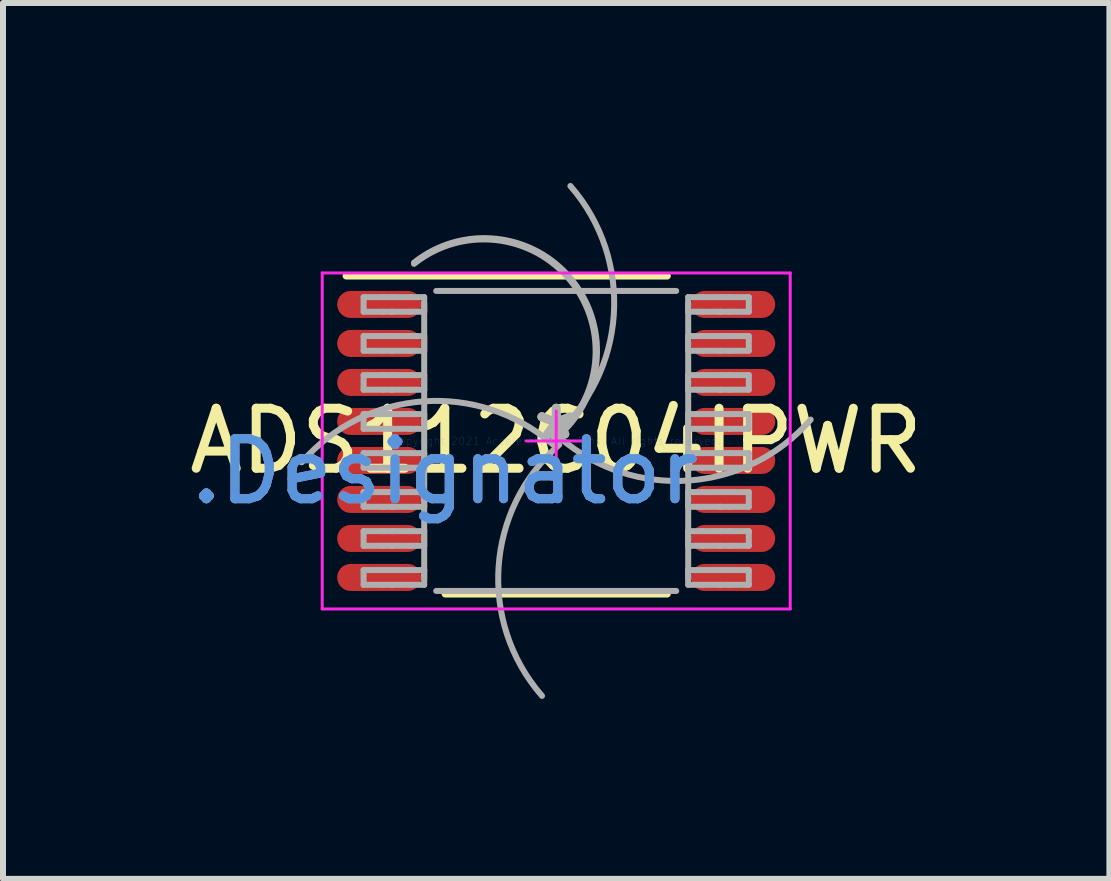
<source format=kicad_pcb>
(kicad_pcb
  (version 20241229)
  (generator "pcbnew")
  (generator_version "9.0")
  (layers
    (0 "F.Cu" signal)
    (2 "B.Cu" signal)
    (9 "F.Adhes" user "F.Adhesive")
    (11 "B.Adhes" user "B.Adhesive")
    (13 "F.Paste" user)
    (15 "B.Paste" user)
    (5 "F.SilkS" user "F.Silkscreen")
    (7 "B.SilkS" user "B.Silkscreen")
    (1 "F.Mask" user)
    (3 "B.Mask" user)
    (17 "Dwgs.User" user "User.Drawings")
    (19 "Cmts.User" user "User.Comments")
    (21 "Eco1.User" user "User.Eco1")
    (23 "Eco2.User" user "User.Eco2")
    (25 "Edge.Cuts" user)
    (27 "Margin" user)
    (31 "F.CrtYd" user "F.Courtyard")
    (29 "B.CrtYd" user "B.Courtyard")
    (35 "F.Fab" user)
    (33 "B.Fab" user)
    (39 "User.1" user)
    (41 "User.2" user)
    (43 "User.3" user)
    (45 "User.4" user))
  (footprint "ADS112C04IPWR"
    (layer "F.Cu")
    (at 6.22 4.299)
    (property "Reference" "ADS112C04IPWR" (at 0 0 0) (layer "F.SilkS") (effects (font (size 1 1) (thickness 0.15))))
    (attr through_hole)
    (fp_line (start -3.5 -2.75) (end 1.85 -2.75) (stroke (width 0.12) (type solid)) (layer "F.SilkS"))
    (fp_line (start -1.85 2.55) (end 1.85 2.55) (stroke (width 0.12) (type solid)) (layer "F.SilkS"))
    (fp_line (start -3.9 -2.8) (end 3.9 -2.8) (stroke (width 0.05) (type solid)) (layer "F.CrtYd"))
    (fp_line (start -3.9 2.8) (end -3.9 -2.8) (stroke (width 0.05) (type solid)) (layer "F.CrtYd"))
    (fp_line (start -3.9 2.8) (end 3.9 2.8) (stroke (width 0.05) (type solid)) (layer "F.CrtYd"))
    (fp_line (start -0.5 0) (end 0.5 0) (stroke (width 0.05) (type solid)) (layer "F.CrtYd"))
    (fp_line (start 0 0.5) (end 0 -0.5) (stroke (width 0.05) (type solid)) (layer "F.CrtYd"))
    (fp_line (start 3.9 2.8) (end 3.9 -2.8) (stroke (width 0.05) (type solid)) (layer "F.CrtYd"))
    (fp_line (start -3.21 -2.397) (end -2.887 -2.397) (stroke (width 0.1) (type solid)) (layer "F.Fab"))
    (fp_line (start -3.21 -2.153) (end -3.21 -2.397) (stroke (width 0.1) (type solid)) (layer "F.Fab"))
    (fp_line (start -3.21 -2.153) (end -2.887 -2.153) (stroke (width 0.1) (type solid)) (layer "F.Fab"))
    (fp_line (start -3.21 -1.748) (end -2.887 -1.748) (stroke (width 0.1) (type solid)) (layer "F.Fab"))
    (fp_line (start -3.21 -1.502) (end -3.21 -1.748) (stroke (width 0.1) (type solid)) (layer "F.Fab"))
    (fp_line (start -3.21 -1.502) (end -2.887 -1.502) (stroke (width 0.1) (type solid)) (layer "F.Fab"))
    (fp_line (start -3.21 -1.097) (end -2.887 -1.097) (stroke (width 0.1) (type solid)) (layer "F.Fab"))
    (fp_line (start -3.21 -0.853) (end -3.21 -1.097) (stroke (width 0.1) (type solid)) (layer "F.Fab"))
    (fp_line (start -3.21 -0.853) (end -2.887 -0.853) (stroke (width 0.1) (type solid)) (layer "F.Fab"))
    (fp_line (start -3.21 -0.448) (end -2.887 -0.448) (stroke (width 0.1) (type solid)) (layer "F.Fab"))
    (fp_line (start -3.21 -0.202) (end -3.21 -0.448) (stroke (width 0.1) (type solid)) (layer "F.Fab"))
    (fp_line (start -3.21 -0.202) (end -2.887 -0.202) (stroke (width 0.1) (type solid)) (layer "F.Fab"))
    (fp_line (start -3.21 0.203) (end -2.887 0.203) (stroke (width 0.1) (type solid)) (layer "F.Fab"))
    (fp_line (start -3.21 0.447) (end -3.21 0.203) (stroke (width 0.1) (type solid)) (layer "F.Fab"))
    (fp_line (start -3.21 0.447) (end -2.887 0.447) (stroke (width 0.1) (type solid)) (layer "F.Fab"))
    (fp_line (start -3.21 0.852) (end -2.887 0.852) (stroke (width 0.1) (type solid)) (layer "F.Fab"))
    (fp_line (start -3.21 1.098) (end -3.21 0.852) (stroke (width 0.1) (type solid)) (layer "F.Fab"))
    (fp_line (start -3.21 1.098) (end -2.887 1.098) (stroke (width 0.1) (type solid)) (layer "F.Fab"))
    (fp_line (start -3.21 1.503) (end -2.887 1.503) (stroke (width 0.1) (type solid)) (layer "F.Fab"))
    (fp_line (start -3.21 1.748) (end -3.21 1.503) (stroke (width 0.1) (type solid)) (layer "F.Fab"))
    (fp_line (start -3.21 1.748) (end -2.887 1.748) (stroke (width 0.1) (type solid)) (layer "F.Fab"))
    (fp_line (start -3.21 2.152) (end -2.887 2.152) (stroke (width 0.1) (type solid)) (layer "F.Fab"))
    (fp_line (start -3.21 2.398) (end -3.21 2.152) (stroke (width 0.1) (type solid)) (layer "F.Fab"))
    (fp_line (start -3.21 2.398) (end -2.887 2.398) (stroke (width 0.1) (type solid)) (layer "F.Fab"))
    (fp_line (start -2.887 -2.397) (end -2.739 -2.397) (stroke (width 0.1) (type solid)) (layer "F.Fab"))
    (fp_line (start -2.887 -2.153) (end -2.739 -2.153) (stroke (width 0.1) (type solid)) (layer "F.Fab"))
    (fp_line (start -2.887 -1.748) (end -2.739 -1.748) (stroke (width 0.1) (type solid)) (layer "F.Fab"))
    (fp_line (start -2.887 -1.502) (end -2.739 -1.502) (stroke (width 0.1) (type solid)) (layer "F.Fab"))
    (fp_line (start -2.887 -1.097) (end -2.739 -1.097) (stroke (width 0.1) (type solid)) (layer "F.Fab"))
    (fp_line (start -2.887 -0.853) (end -2.739 -0.853) (stroke (width 0.1) (type solid)) (layer "F.Fab"))
    (fp_line (start -2.887 -0.448) (end -2.739 -0.448) (stroke (width 0.1) (type solid)) (layer "F.Fab"))
    (fp_line (start -2.887 -0.202) (end -2.739 -0.202) (stroke (width 0.1) (type solid)) (layer "F.Fab"))
    (fp_line (start -2.887 0.203) (end -2.739 0.203) (stroke (width 0.1) (type solid)) (layer "F.Fab"))
    (fp_line (start -2.887 0.447) (end -2.739 0.447) (stroke (width 0.1) (type solid)) (layer "F.Fab"))
    (fp_line (start -2.887 0.852) (end -2.739 0.852) (stroke (width 0.1) (type solid)) (layer "F.Fab"))
    (fp_line (start -2.887 1.098) (end -2.739 1.098) (stroke (width 0.1) (type solid)) (layer "F.Fab"))
    (fp_line (start -2.887 1.503) (end -2.739 1.503) (stroke (width 0.1) (type solid)) (layer "F.Fab"))
    (fp_line (start -2.887 1.748) (end -2.739 1.748) (stroke (width 0.1) (type solid)) (layer "F.Fab"))
    (fp_line (start -2.887 2.152) (end -2.739 2.152) (stroke (width 0.1) (type solid)) (layer "F.Fab"))
    (fp_line (start -2.887 2.398) (end -2.739 2.398) (stroke (width 0.1) (type solid)) (layer "F.Fab"))
    (fp_line (start -2.739 -2.397) (end -2.733 -2.397) (stroke (width 0.1) (type solid)) (layer "F.Fab"))
    (fp_line (start -2.739 -2.153) (end -2.733 -2.153) (stroke (width 0.1) (type solid)) (layer "F.Fab"))
    (fp_line (start -2.739 -1.748) (end -2.733 -1.748) (stroke (width 0.1) (type solid)) (layer "F.Fab"))
    (fp_line (start -2.739 -1.502) (end -2.733 -1.502) (stroke (width 0.1) (type solid)) (layer "F.Fab"))
    (fp_line (start -2.739 -1.097) (end -2.733 -1.097) (stroke (width 0.1) (type solid)) (layer "F.Fab"))
    (fp_line (start -2.739 -0.853) (end -2.733 -0.853) (stroke (width 0.1) (type solid)) (layer "F.Fab"))
    (fp_line (start -2.739 -0.448) (end -2.733 -0.448) (stroke (width 0.1) (type solid)) (layer "F.Fab"))
    (fp_line (start -2.739 -0.202) (end -2.733 -0.202) (stroke (width 0.1) (type solid)) (layer "F.Fab"))
    (fp_line (start -2.739 0.203) (end -2.733 0.203) (stroke (width 0.1) (type solid)) (layer "F.Fab"))
    (fp_line (start -2.739 0.447) (end -2.733 0.447) (stroke (width 0.1) (type solid)) (layer "F.Fab"))
    (fp_line (start -2.739 0.852) (end -2.733 0.852) (stroke (width 0.1) (type solid)) (layer "F.Fab"))
    (fp_line (start -2.739 1.098) (end -2.733 1.098) (stroke (width 0.1) (type solid)) (layer "F.Fab"))
    (fp_line (start -2.739 1.503) (end -2.733 1.503) (stroke (width 0.1) (type solid)) (layer "F.Fab"))
    (fp_line (start -2.739 1.748) (end -2.733 1.748) (stroke (width 0.1) (type solid)) (layer "F.Fab"))
    (fp_line (start -2.739 2.152) (end -2.733 2.152) (stroke (width 0.1) (type solid)) (layer "F.Fab"))
    (fp_line (start -2.739 2.398) (end -2.733 2.398) (stroke (width 0.1) (type solid)) (layer "F.Fab"))
    (fp_line (start -2.733 -2.397) (end -2.431 -2.397) (stroke (width 0.1) (type solid)) (layer "F.Fab"))
    (fp_line (start -2.733 -2.153) (end -2.431 -2.153) (stroke (width 0.1) (type solid)) (layer "F.Fab"))
    (fp_line (start -2.733 -1.748) (end -2.431 -1.748) (stroke (width 0.1) (type solid)) (layer "F.Fab"))
    (fp_line (start -2.733 -1.502) (end -2.431 -1.502) (stroke (width 0.1) (type solid)) (layer "F.Fab"))
    (fp_line (start -2.733 -1.097) (end -2.431 -1.097) (stroke (width 0.1) (type solid)) (layer "F.Fab"))
    (fp_line (start -2.733 -0.853) (end -2.431 -0.853) (stroke (width 0.1) (type solid)) (layer "F.Fab"))
    (fp_line (start -2.733 -0.448) (end -2.431 -0.448) (stroke (width 0.1) (type solid)) (layer "F.Fab"))
    (fp_line (start -2.733 -0.202) (end -2.431 -0.202) (stroke (width 0.1) (type solid)) (layer "F.Fab"))
    (fp_line (start -2.733 0.203) (end -2.431 0.203) (stroke (width 0.1) (type solid)) (layer "F.Fab"))
    (fp_line (start -2.733 0.447) (end -2.431 0.447) (stroke (width 0.1) (type solid)) (layer "F.Fab"))
    (fp_line (start -2.733 0.852) (end -2.431 0.852) (stroke (width 0.1) (type solid)) (layer "F.Fab"))
    (fp_line (start -2.733 1.098) (end -2.431 1.098) (stroke (width 0.1) (type solid)) (layer "F.Fab"))
    (fp_line (start -2.733 1.503) (end -2.431 1.503) (stroke (width 0.1) (type solid)) (layer "F.Fab"))
    (fp_line (start -2.733 1.748) (end -2.431 1.748) (stroke (width 0.1) (type solid)) (layer "F.Fab"))
    (fp_line (start -2.733 2.152) (end -2.431 2.152) (stroke (width 0.1) (type solid)) (layer "F.Fab"))
    (fp_line (start -2.733 2.398) (end -2.431 2.398) (stroke (width 0.1) (type solid)) (layer "F.Fab"))
    (fp_line (start -2.431 -2.397) (end -2.2 -2.397) (stroke (width 0.1) (type solid)) (layer "F.Fab"))
    (fp_line (start -2.431 -2.153) (end -2.2 -2.153) (stroke (width 0.1) (type solid)) (layer "F.Fab"))
    (fp_line (start -2.431 -1.748) (end -2.2 -1.748) (stroke (width 0.1) (type solid)) (layer "F.Fab"))
    (fp_line (start -2.431 -1.502) (end -2.2 -1.502) (stroke (width 0.1) (type solid)) (layer "F.Fab"))
    (fp_line (start -2.431 -1.097) (end -2.2 -1.097) (stroke (width 0.1) (type solid)) (layer "F.Fab"))
    (fp_line (start -2.431 -0.853) (end -2.2 -0.853) (stroke (width 0.1) (type solid)) (layer "F.Fab"))
    (fp_line (start -2.431 -0.448) (end -2.2 -0.448) (stroke (width 0.1) (type solid)) (layer "F.Fab"))
    (fp_line (start -2.431 -0.202) (end -2.2 -0.202) (stroke (width 0.1) (type solid)) (layer "F.Fab"))
    (fp_line (start -2.431 0.203) (end -2.2 0.203) (stroke (width 0.1) (type solid)) (layer "F.Fab"))
    (fp_line (start -2.431 0.447) (end -2.2 0.447) (stroke (width 0.1) (type solid)) (layer "F.Fab"))
    (fp_line (start -2.431 0.852) (end -2.2 0.852) (stroke (width 0.1) (type solid)) (layer "F.Fab"))
    (fp_line (start -2.431 1.098) (end -2.2 1.098) (stroke (width 0.1) (type solid)) (layer "F.Fab"))
    (fp_line (start -2.431 1.503) (end -2.2 1.503) (stroke (width 0.1) (type solid)) (layer "F.Fab"))
    (fp_line (start -2.431 1.748) (end -2.2 1.748) (stroke (width 0.1) (type solid)) (layer "F.Fab"))
    (fp_line (start -2.431 2.152) (end -2.2 2.152) (stroke (width 0.1) (type solid)) (layer "F.Fab"))
    (fp_line (start -2.431 2.398) (end -2.2 2.398) (stroke (width 0.1) (type solid)) (layer "F.Fab"))
    (fp_line (start -2.2 -2.153) (end -2.2 -2.397) (stroke (width 0.1) (type solid)) (layer "F.Fab"))
    (fp_line (start -2.2 -1.502) (end -2.2 -1.748) (stroke (width 0.1) (type solid)) (layer "F.Fab"))
    (fp_line (start -2.2 -0.853) (end -2.2 -1.097) (stroke (width 0.1) (type solid)) (layer "F.Fab"))
    (fp_line (start -2.2 -0.202) (end -2.2 -0.448) (stroke (width 0.1) (type solid)) (layer "F.Fab"))
    (fp_line (start -2.2 0.447) (end -2.2 0.203) (stroke (width 0.1) (type solid)) (layer "F.Fab"))
    (fp_line (start -2.2 1.098) (end -2.2 0.852) (stroke (width 0.1) (type solid)) (layer "F.Fab"))
    (fp_line (start -2.2 1.748) (end -2.2 1.503) (stroke (width 0.1) (type solid)) (layer "F.Fab"))
    (fp_line (start -2.2 2.3) (end -2.2 -2.3) (stroke (width 0.1) (type solid)) (layer "F.Fab"))
    (fp_line (start -2.2 2.398) (end -2.2 2.152) (stroke (width 0.1) (type solid)) (layer "F.Fab"))
    (fp_line (start -2 -2.5) (end 2 -2.5) (stroke (width 0.1) (type solid)) (layer "F.Fab"))
    (fp_line (start -2 2.5) (end 2 2.5) (stroke (width 0.1) (type solid)) (layer "F.Fab"))
    (fp_line (start 2.2 -2.397) (end 2.43 -2.397) (stroke (width 0.1) (type solid)) (layer "F.Fab"))
    (fp_line (start 2.2 -2.153) (end 2.2 -2.397) (stroke (width 0.1) (type solid)) (layer "F.Fab"))
    (fp_line (start 2.2 -2.153) (end 2.43 -2.153) (stroke (width 0.1) (type solid)) (layer "F.Fab"))
    (fp_line (start 2.2 -1.748) (end 2.43 -1.748) (stroke (width 0.1) (type solid)) (layer "F.Fab"))
    (fp_line (start 2.2 -1.502) (end 2.2 -1.748) (stroke (width 0.1) (type solid)) (layer "F.Fab"))
    (fp_line (start 2.2 -1.502) (end 2.43 -1.502) (stroke (width 0.1) (type solid)) (layer "F.Fab"))
    (fp_line (start 2.2 -1.097) (end 2.43 -1.097) (stroke (width 0.1) (type solid)) (layer "F.Fab"))
    (fp_line (start 2.2 -0.853) (end 2.2 -1.097) (stroke (width 0.1) (type solid)) (layer "F.Fab"))
    (fp_line (start 2.2 -0.853) (end 2.43 -0.853) (stroke (width 0.1) (type solid)) (layer "F.Fab"))
    (fp_line (start 2.2 -0.448) (end 2.43 -0.448) (stroke (width 0.1) (type solid)) (layer "F.Fab"))
    (fp_line (start 2.2 -0.202) (end 2.2 -0.448) (stroke (width 0.1) (type solid)) (layer "F.Fab"))
    (fp_line (start 2.2 -0.202) (end 2.43 -0.202) (stroke (width 0.1) (type solid)) (layer "F.Fab"))
    (fp_line (start 2.2 0.203) (end 2.43 0.203) (stroke (width 0.1) (type solid)) (layer "F.Fab"))
    (fp_line (start 2.2 0.447) (end 2.2 0.203) (stroke (width 0.1) (type solid)) (layer "F.Fab"))
    (fp_line (start 2.2 0.447) (end 2.43 0.447) (stroke (width 0.1) (type solid)) (layer "F.Fab"))
    (fp_line (start 2.2 0.852) (end 2.43 0.852) (stroke (width 0.1) (type solid)) (layer "F.Fab"))
    (fp_line (start 2.2 1.098) (end 2.2 0.852) (stroke (width 0.1) (type solid)) (layer "F.Fab"))
    (fp_line (start 2.2 1.098) (end 2.43 1.098) (stroke (width 0.1) (type solid)) (layer "F.Fab"))
    (fp_line (start 2.2 1.503) (end 2.43 1.503) (stroke (width 0.1) (type solid)) (layer "F.Fab"))
    (fp_line (start 2.2 1.748) (end 2.2 1.503) (stroke (width 0.1) (type solid)) (layer "F.Fab"))
    (fp_line (start 2.2 1.748) (end 2.43 1.748) (stroke (width 0.1) (type solid)) (layer "F.Fab"))
    (fp_line (start 2.2 2.152) (end 2.43 2.152) (stroke (width 0.1) (type solid)) (layer "F.Fab"))
    (fp_line (start 2.2 2.3) (end 2.2 -2.3) (stroke (width 0.1) (type solid)) (layer "F.Fab"))
    (fp_line (start 2.2 2.398) (end 2.2 2.152) (stroke (width 0.1) (type solid)) (layer "F.Fab"))
    (fp_line (start 2.2 2.398) (end 2.43 2.398) (stroke (width 0.1) (type solid)) (layer "F.Fab"))
    (fp_line (start 2.43 -2.397) (end 2.733 -2.397) (stroke (width 0.1) (type solid)) (layer "F.Fab"))
    (fp_line (start 2.43 -2.153) (end 2.733 -2.153) (stroke (width 0.1) (type solid)) (layer "F.Fab"))
    (fp_line (start 2.43 -1.748) (end 2.733 -1.748) (stroke (width 0.1) (type solid)) (layer "F.Fab"))
    (fp_line (start 2.43 -1.502) (end 2.733 -1.502) (stroke (width 0.1) (type solid)) (layer "F.Fab"))
    (fp_line (start 2.43 -1.097) (end 2.733 -1.097) (stroke (width 0.1) (type solid)) (layer "F.Fab"))
    (fp_line (start 2.43 -0.853) (end 2.733 -0.853) (stroke (width 0.1) (type solid)) (layer "F.Fab"))
    (fp_line (start 2.43 -0.448) (end 2.733 -0.448) (stroke (width 0.1) (type solid)) (layer "F.Fab"))
    (fp_line (start 2.43 -0.202) (end 2.733 -0.202) (stroke (width 0.1) (type solid)) (layer "F.Fab"))
    (fp_line (start 2.43 0.203) (end 2.733 0.203) (stroke (width 0.1) (type solid)) (layer "F.Fab"))
    (fp_line (start 2.43 0.447) (end 2.733 0.447) (stroke (width 0.1) (type solid)) (layer "F.Fab"))
    (fp_line (start 2.43 0.852) (end 2.733 0.852) (stroke (width 0.1) (type solid)) (layer "F.Fab"))
    (fp_line (start 2.43 1.098) (end 2.733 1.098) (stroke (width 0.1) (type solid)) (layer "F.Fab"))
    (fp_line (start 2.43 1.503) (end 2.733 1.503) (stroke (width 0.1) (type solid)) (layer "F.Fab"))
    (fp_line (start 2.43 1.748) (end 2.733 1.748) (stroke (width 0.1) (type solid)) (layer "F.Fab"))
    (fp_line (start 2.43 2.152) (end 2.733 2.152) (stroke (width 0.1) (type solid)) (layer "F.Fab"))
    (fp_line (start 2.43 2.398) (end 2.733 2.398) (stroke (width 0.1) (type solid)) (layer "F.Fab"))
    (fp_line (start 2.733 -2.397) (end 2.739 -2.397) (stroke (width 0.1) (type solid)) (layer "F.Fab"))
    (fp_line (start 2.733 -2.153) (end 2.739 -2.153) (stroke (width 0.1) (type solid)) (layer "F.Fab"))
    (fp_line (start 2.733 -1.748) (end 2.739 -1.748) (stroke (width 0.1) (type solid)) (layer "F.Fab"))
    (fp_line (start 2.733 -1.502) (end 2.739 -1.502) (stroke (width 0.1) (type solid)) (layer "F.Fab"))
    (fp_line (start 2.733 -1.097) (end 2.739 -1.097) (stroke (width 0.1) (type solid)) (layer "F.Fab"))
    (fp_line (start 2.733 -0.853) (end 2.739 -0.853) (stroke (width 0.1) (type solid)) (layer "F.Fab"))
    (fp_line (start 2.733 -0.448) (end 2.739 -0.448) (stroke (width 0.1) (type solid)) (layer "F.Fab"))
    (fp_line (start 2.733 -0.202) (end 2.739 -0.202) (stroke (width 0.1) (type solid)) (layer "F.Fab"))
    (fp_line (start 2.733 0.203) (end 2.739 0.203) (stroke (width 0.1) (type solid)) (layer "F.Fab"))
    (fp_line (start 2.733 0.447) (end 2.739 0.447) (stroke (width 0.1) (type solid)) (layer "F.Fab"))
    (fp_line (start 2.733 0.852) (end 2.739 0.852) (stroke (width 0.1) (type solid)) (layer "F.Fab"))
    (fp_line (start 2.733 1.098) (end 2.739 1.098) (stroke (width 0.1) (type solid)) (layer "F.Fab"))
    (fp_line (start 2.733 1.503) (end 2.739 1.503) (stroke (width 0.1) (type solid)) (layer "F.Fab"))
    (fp_line (start 2.733 1.748) (end 2.739 1.748) (stroke (width 0.1) (type solid)) (layer "F.Fab"))
    (fp_line (start 2.733 2.152) (end 2.739 2.152) (stroke (width 0.1) (type solid)) (layer "F.Fab"))
    (fp_line (start 2.733 2.398) (end 2.739 2.398) (stroke (width 0.1) (type solid)) (layer "F.Fab"))
    (fp_line (start 2.739 -2.397) (end 2.887 -2.397) (stroke (width 0.1) (type solid)) (layer "F.Fab"))
    (fp_line (start 2.739 -2.153) (end 2.887 -2.153) (stroke (width 0.1) (type solid)) (layer "F.Fab"))
    (fp_line (start 2.739 -1.748) (end 2.887 -1.748) (stroke (width 0.1) (type solid)) (layer "F.Fab"))
    (fp_line (start 2.739 -1.502) (end 2.887 -1.502) (stroke (width 0.1) (type solid)) (layer "F.Fab"))
    (fp_line (start 2.739 -1.097) (end 2.887 -1.097) (stroke (width 0.1) (type solid)) (layer "F.Fab"))
    (fp_line (start 2.739 -0.853) (end 2.887 -0.853) (stroke (width 0.1) (type solid)) (layer "F.Fab"))
    (fp_line (start 2.739 -0.448) (end 2.887 -0.448) (stroke (width 0.1) (type solid)) (layer "F.Fab"))
    (fp_line (start 2.739 -0.202) (end 2.887 -0.202) (stroke (width 0.1) (type solid)) (layer "F.Fab"))
    (fp_line (start 2.739 0.203) (end 2.887 0.203) (stroke (width 0.1) (type solid)) (layer "F.Fab"))
    (fp_line (start 2.739 0.447) (end 2.887 0.447) (stroke (width 0.1) (type solid)) (layer "F.Fab"))
    (fp_line (start 2.739 0.852) (end 2.887 0.852) (stroke (width 0.1) (type solid)) (layer "F.Fab"))
    (fp_line (start 2.739 1.098) (end 2.887 1.098) (stroke (width 0.1) (type solid)) (layer "F.Fab"))
    (fp_line (start 2.739 1.503) (end 2.887 1.503) (stroke (width 0.1) (type solid)) (layer "F.Fab"))
    (fp_line (start 2.739 1.748) (end 2.887 1.748) (stroke (width 0.1) (type solid)) (layer "F.Fab"))
    (fp_line (start 2.739 2.152) (end 2.887 2.152) (stroke (width 0.1) (type solid)) (layer "F.Fab"))
    (fp_line (start 2.739 2.398) (end 2.887 2.398) (stroke (width 0.1) (type solid)) (layer "F.Fab"))
    (fp_line (start 2.887 -2.397) (end 3.21 -2.397) (stroke (width 0.1) (type solid)) (layer "F.Fab"))
    (fp_line (start 2.887 -2.153) (end 3.21 -2.153) (stroke (width 0.1) (type solid)) (layer "F.Fab"))
    (fp_line (start 2.887 -1.748) (end 3.21 -1.748) (stroke (width 0.1) (type solid)) (layer "F.Fab"))
    (fp_line (start 2.887 -1.502) (end 3.21 -1.502) (stroke (width 0.1) (type solid)) (layer "F.Fab"))
    (fp_line (start 2.887 -1.097) (end 3.21 -1.097) (stroke (width 0.1) (type solid)) (layer "F.Fab"))
    (fp_line (start 2.887 -0.853) (end 3.21 -0.853) (stroke (width 0.1) (type solid)) (layer "F.Fab"))
    (fp_line (start 2.887 -0.448) (end 3.21 -0.448) (stroke (width 0.1) (type solid)) (layer "F.Fab"))
    (fp_line (start 2.887 -0.202) (end 3.21 -0.202) (stroke (width 0.1) (type solid)) (layer "F.Fab"))
    (fp_line (start 2.887 0.203) (end 3.21 0.203) (stroke (width 0.1) (type solid)) (layer "F.Fab"))
    (fp_line (start 2.887 0.447) (end 3.21 0.447) (stroke (width 0.1) (type solid)) (layer "F.Fab"))
    (fp_line (start 2.887 0.852) (end 3.21 0.852) (stroke (width 0.1) (type solid)) (layer "F.Fab"))
    (fp_line (start 2.887 1.098) (end 3.21 1.098) (stroke (width 0.1) (type solid)) (layer "F.Fab"))
    (fp_line (start 2.887 1.503) (end 3.21 1.503) (stroke (width 0.1) (type solid)) (layer "F.Fab"))
    (fp_line (start 2.887 1.748) (end 3.21 1.748) (stroke (width 0.1) (type solid)) (layer "F.Fab"))
    (fp_line (start 2.887 2.152) (end 3.21 2.152) (stroke (width 0.1) (type solid)) (layer "F.Fab"))
    (fp_line (start 2.887 2.398) (end 3.21 2.398) (stroke (width 0.1) (type solid)) (layer "F.Fab"))
    (fp_line (start 3.21 -2.153) (end 3.21 -2.397) (stroke (width 0.1) (type solid)) (layer "F.Fab"))
    (fp_line (start 3.21 -1.502) (end 3.21 -1.748) (stroke (width 0.1) (type solid)) (layer "F.Fab"))
    (fp_line (start 3.21 -0.853) (end 3.21 -1.097) (stroke (width 0.1) (type solid)) (layer "F.Fab"))
    (fp_line (start 3.21 -0.202) (end 3.21 -0.448) (stroke (width 0.1) (type solid)) (layer "F.Fab"))
    (fp_line (start 3.21 0.447) (end 3.21 0.203) (stroke (width 0.1) (type solid)) (layer "F.Fab"))
    (fp_line (start 3.21 1.098) (end 3.21 0.852) (stroke (width 0.1) (type solid)) (layer "F.Fab"))
    (fp_line (start 3.21 1.748) (end 3.21 1.503) (stroke (width 0.1) (type solid)) (layer "F.Fab"))
    (fp_line (start 3.21 2.398) (end 3.21 2.152) (stroke (width 0.1) (type solid)) (layer "F.Fab"))
    (fp_arc (start -4.2416 0.355899) (mid -2.21035 -0.659732) (end -0.05588 0.05842) (stroke (width 0.1) (type solid)) (layer "F.Fab"))
    (fp_arc (start -2.369526 -2.972064) (mid 0.272059 -2.669525) (end -0.03048 -0.02794) (stroke (width 0.1) (type solid)) (layer "F.Fab"))
    (fp_arc (start -2.369526 -2.951744) (mid 0.251739 -2.669525) (end -0.03048 -0.04826) (stroke (width 0.1) (type solid)) (layer "F.Fab"))
    (fp_arc (start -0.236525 4.249207) (mid -0.959751 2.096847) (end 0.0508 0.0635) (stroke (width 0.1) (type solid)) (layer "F.Fab"))
    (fp_arc (start 0.236496 -4.249205) (mid 0.959737 -2.096851) (end -0.0508 -0.0635) (stroke (width 0.1) (type solid)) (layer "F.Fab"))
    (fp_arc (start 4.241571 -0.355889) (mid 2.210333 0.65973) (end 0.05588 -0.05842) (stroke (width 0.1) (type solid)) (layer "F.Fab"))
    (fp_text user "*" (at 0 0 0) (layer "F.SilkS") (effects (font (size 1 1) (thickness 0.15))))
    (fp_text user "Copyright 2021 Accelerated Designs. All rights reserved." (at 0 0 0) (layer "Cmts.User") (effects (font (size 0.127 0.127) (thickness 0.002))))
    (fp_text user ".Designator" (at -1.854 0.508 0) (layer "Cmts.User") (effects (font (size 1 1) (thickness 0.15))))
    (fp_text user "*" (at 0 0 0) (layer "F.Fab") (effects (font (size 1 1) (thickness 0.15))))
    (fp_text user ".Designator" (at -1.854 0.508 0) (layer "F.Fab") (effects (font (size 1 1) (thickness 0.15))))
    (pad "1" smd oval (at -2.95 -2.275 90) (size 0.45 1.4) (layers "F.Cu" "F.Mask" "F.Paste"))
    (pad "2" smd oval (at -2.95 -1.625 90) (size 0.45 1.4) (layers "F.Cu" "F.Mask" "F.Paste"))
    (pad "3" smd oval (at -2.95 -0.975 90) (size 0.45 1.4) (layers "F.Cu" "F.Mask" "F.Paste"))
    (pad "4" smd oval (at -2.95 -0.325 90) (size 0.45 1.4) (layers "F.Cu" "F.Mask" "F.Paste"))
    (pad "5" smd oval (at -2.95 0.325 90) (size 0.45 1.4) (layers "F.Cu" "F.Mask" "F.Paste"))
    (pad "6" smd oval (at -2.95 0.975 90) (size 0.45 1.4) (layers "F.Cu" "F.Mask" "F.Paste"))
    (pad "7" smd oval (at -2.95 1.625 90) (size 0.45 1.4) (layers "F.Cu" "F.Mask" "F.Paste"))
    (pad "8" smd oval (at -2.95 2.275 90) (size 0.45 1.4) (layers "F.Cu" "F.Mask" "F.Paste"))
    (pad "9" smd oval (at 2.95 2.275 90) (size 0.45 1.4) (layers "F.Cu" "F.Mask" "F.Paste"))
    (pad "10" smd oval (at 2.95 1.625 90) (size 0.45 1.4) (layers "F.Cu" "F.Mask" "F.Paste"))
    (pad "11" smd oval (at 2.95 0.975 90) (size 0.45 1.4) (layers "F.Cu" "F.Mask" "F.Paste"))
    (pad "12" smd oval (at 2.95 0.325 90) (size 0.45 1.4) (layers "F.Cu" "F.Mask" "F.Paste"))
    (pad "13" smd oval (at 2.95 -0.325 90) (size 0.45 1.4) (layers "F.Cu" "F.Mask" "F.Paste"))
    (pad "14" smd oval (at 2.95 -0.975 90) (size 0.45 1.4) (layers "F.Cu" "F.Mask" "F.Paste"))
    (pad "15" smd oval (at 2.95 -1.625 90) (size 0.45 1.4) (layers "F.Cu" "F.Mask" "F.Paste"))
    (pad "16" smd oval (at 2.95 -2.275 90) (size 0.45 1.4) (layers "F.Cu" "F.Mask" "F.Paste")))
  (gr_rect
    (start -3 -3)
    (end 15.44 11.598)
    (stroke (width 0.1) (type default))
    (fill no)
    (layer "Edge.Cuts")))
</source>
